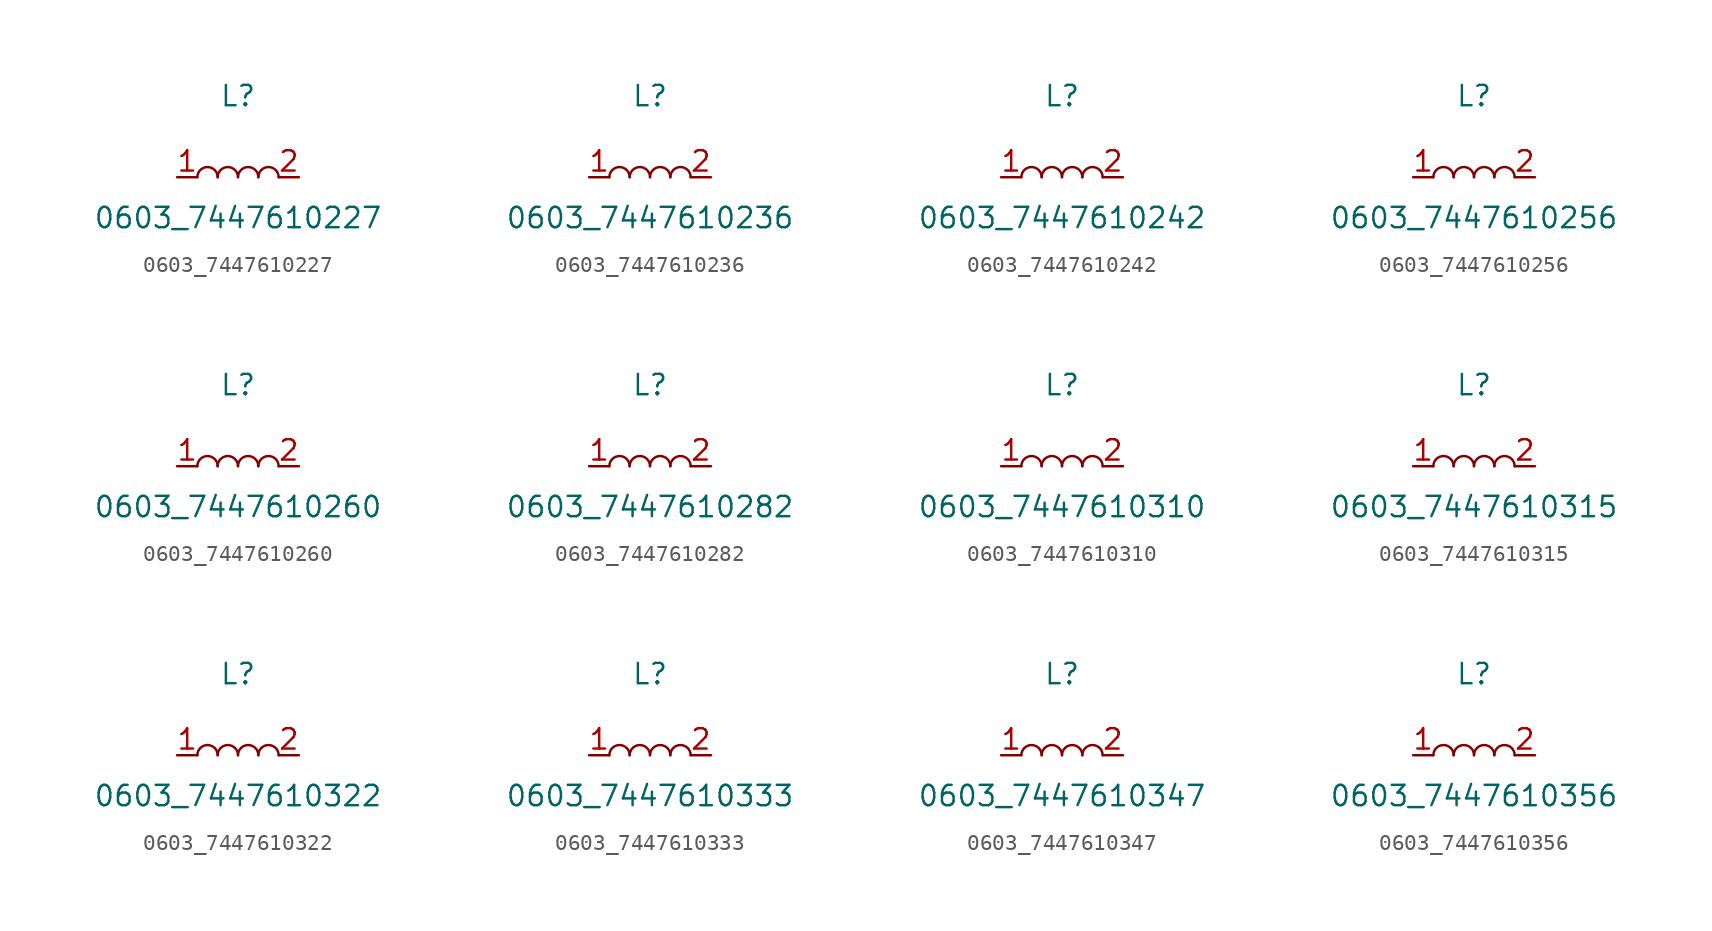
<source format=kicad_sym>
(kicad_symbol_lib
  (version 20220914)
  (generator kicad_symbol_editor)
  (symbol "0603_7447610227"
    (pin_names hide)
    (property "Reference" "L"
      (at 0 5.08 0)
      (effects (font (size 1.27 1.27))))
    (property "Value" "0603_7447610227"
      (at 0 -2.54 0)
      (effects (font (size 1.27 1.27))))
    (symbol "0603_7447610227_0_1"
      (arc (start -1.27 0) (mid -1.905 0.6323) (end -2.54 0) (stroke (width 0) (type default)) (fill (type none)))
      (arc (start 0 0) (mid -0.635 0.6323) (end -1.27 0) (stroke (width 0) (type default)) (fill (type none)))
      (arc (start 1.27 0) (mid 0.635 0.6323) (end 0 0) (stroke (width 0) (type default)) (fill (type none)))
      (arc (start 2.54 0) (mid 1.905 0.6323) (end 1.27 0) (stroke (width 0) (type default)) (fill (type none))))
    (symbol "0603_7447610227_1_1"
      (pin passive line (at -3.81 0 0) (length 1.27) (name "1" (effects (font (size 1.27 1.27)))) (number "1" (effects (font (size 1.27 1.27)))))
      (pin passive line (at 3.81 0 180) (length 1.27) (name "2" (effects (font (size 1.27 1.27)))) (number "2" (effects (font (size 1.27 1.27)))))))
  (symbol "0603_7447610236"
    (pin_names hide)
    (property "Reference" "L"
      (at 0 5.08 0)
      (effects (font (size 1.27 1.27))))
    (property "Value" "0603_7447610236"
      (at 0 -2.54 0)
      (effects (font (size 1.27 1.27))))
    (symbol "0603_7447610236_0_1"
      (arc (start -1.27 0) (mid -1.905 0.6323) (end -2.54 0) (stroke (width 0) (type default)) (fill (type none)))
      (arc (start 0 0) (mid -0.635 0.6323) (end -1.27 0) (stroke (width 0) (type default)) (fill (type none)))
      (arc (start 1.27 0) (mid 0.635 0.6323) (end 0 0) (stroke (width 0) (type default)) (fill (type none)))
      (arc (start 2.54 0) (mid 1.905 0.6323) (end 1.27 0) (stroke (width 0) (type default)) (fill (type none))))
    (symbol "0603_7447610236_1_1"
      (pin passive line (at -3.81 0 0) (length 1.27) (name "1" (effects (font (size 1.27 1.27)))) (number "1" (effects (font (size 1.27 1.27)))))
      (pin passive line (at 3.81 0 180) (length 1.27) (name "2" (effects (font (size 1.27 1.27)))) (number "2" (effects (font (size 1.27 1.27)))))))
  (symbol "0603_7447610242"
    (pin_names hide)
    (property "Reference" "L"
      (at 0 5.08 0)
      (effects (font (size 1.27 1.27))))
    (property "Value" "0603_7447610242"
      (at 0 -2.54 0)
      (effects (font (size 1.27 1.27))))
    (symbol "0603_7447610242_0_1"
      (arc (start -1.27 0) (mid -1.905 0.6323) (end -2.54 0) (stroke (width 0) (type default)) (fill (type none)))
      (arc (start 0 0) (mid -0.635 0.6323) (end -1.27 0) (stroke (width 0) (type default)) (fill (type none)))
      (arc (start 1.27 0) (mid 0.635 0.6323) (end 0 0) (stroke (width 0) (type default)) (fill (type none)))
      (arc (start 2.54 0) (mid 1.905 0.6323) (end 1.27 0) (stroke (width 0) (type default)) (fill (type none))))
    (symbol "0603_7447610242_1_1"
      (pin passive line (at -3.81 0 0) (length 1.27) (name "1" (effects (font (size 1.27 1.27)))) (number "1" (effects (font (size 1.27 1.27)))))
      (pin passive line (at 3.81 0 180) (length 1.27) (name "2" (effects (font (size 1.27 1.27)))) (number "2" (effects (font (size 1.27 1.27)))))))
  (symbol "0603_7447610256"
    (pin_names hide)
    (property "Reference" "L"
      (at 0 5.08 0)
      (effects (font (size 1.27 1.27))))
    (property "Value" "0603_7447610256"
      (at 0 -2.54 0)
      (effects (font (size 1.27 1.27))))
    (symbol "0603_7447610256_0_1"
      (arc (start -1.27 0) (mid -1.905 0.6323) (end -2.54 0) (stroke (width 0) (type default)) (fill (type none)))
      (arc (start 0 0) (mid -0.635 0.6323) (end -1.27 0) (stroke (width 0) (type default)) (fill (type none)))
      (arc (start 1.27 0) (mid 0.635 0.6323) (end 0 0) (stroke (width 0) (type default)) (fill (type none)))
      (arc (start 2.54 0) (mid 1.905 0.6323) (end 1.27 0) (stroke (width 0) (type default)) (fill (type none))))
    (symbol "0603_7447610256_1_1"
      (pin passive line (at -3.81 0 0) (length 1.27) (name "1" (effects (font (size 1.27 1.27)))) (number "1" (effects (font (size 1.27 1.27)))))
      (pin passive line (at 3.81 0 180) (length 1.27) (name "2" (effects (font (size 1.27 1.27)))) (number "2" (effects (font (size 1.27 1.27)))))))
  (symbol "0603_7447610260"
    (pin_names hide)
    (property "Reference" "L"
      (at 0 5.08 0)
      (effects (font (size 1.27 1.27))))
    (property "Value" "0603_7447610260"
      (at 0 -2.54 0)
      (effects (font (size 1.27 1.27))))
    (symbol "0603_7447610260_0_1"
      (arc (start -1.27 0) (mid -1.905 0.6323) (end -2.54 0) (stroke (width 0) (type default)) (fill (type none)))
      (arc (start 0 0) (mid -0.635 0.6323) (end -1.27 0) (stroke (width 0) (type default)) (fill (type none)))
      (arc (start 1.27 0) (mid 0.635 0.6323) (end 0 0) (stroke (width 0) (type default)) (fill (type none)))
      (arc (start 2.54 0) (mid 1.905 0.6323) (end 1.27 0) (stroke (width 0) (type default)) (fill (type none))))
    (symbol "0603_7447610260_1_1"
      (pin passive line (at -3.81 0 0) (length 1.27) (name "1" (effects (font (size 1.27 1.27)))) (number "1" (effects (font (size 1.27 1.27)))))
      (pin passive line (at 3.81 0 180) (length 1.27) (name "2" (effects (font (size 1.27 1.27)))) (number "2" (effects (font (size 1.27 1.27)))))))
  (symbol "0603_7447610282"
    (pin_names hide)
    (property "Reference" "L"
      (at 0 5.08 0)
      (effects (font (size 1.27 1.27))))
    (property "Value" "0603_7447610282"
      (at 0 -2.54 0)
      (effects (font (size 1.27 1.27))))
    (symbol "0603_7447610282_0_1"
      (arc (start -1.27 0) (mid -1.905 0.6323) (end -2.54 0) (stroke (width 0) (type default)) (fill (type none)))
      (arc (start 0 0) (mid -0.635 0.6323) (end -1.27 0) (stroke (width 0) (type default)) (fill (type none)))
      (arc (start 1.27 0) (mid 0.635 0.6323) (end 0 0) (stroke (width 0) (type default)) (fill (type none)))
      (arc (start 2.54 0) (mid 1.905 0.6323) (end 1.27 0) (stroke (width 0) (type default)) (fill (type none))))
    (symbol "0603_7447610282_1_1"
      (pin passive line (at -3.81 0 0) (length 1.27) (name "1" (effects (font (size 1.27 1.27)))) (number "1" (effects (font (size 1.27 1.27)))))
      (pin passive line (at 3.81 0 180) (length 1.27) (name "2" (effects (font (size 1.27 1.27)))) (number "2" (effects (font (size 1.27 1.27)))))))
  (symbol "0603_7447610310"
    (pin_names hide)
    (property "Reference" "L"
      (at 0 5.08 0)
      (effects (font (size 1.27 1.27))))
    (property "Value" "0603_7447610310"
      (at 0 -2.54 0)
      (effects (font (size 1.27 1.27))))
    (symbol "0603_7447610310_0_1"
      (arc (start -1.27 0) (mid -1.905 0.6323) (end -2.54 0) (stroke (width 0) (type default)) (fill (type none)))
      (arc (start 0 0) (mid -0.635 0.6323) (end -1.27 0) (stroke (width 0) (type default)) (fill (type none)))
      (arc (start 1.27 0) (mid 0.635 0.6323) (end 0 0) (stroke (width 0) (type default)) (fill (type none)))
      (arc (start 2.54 0) (mid 1.905 0.6323) (end 1.27 0) (stroke (width 0) (type default)) (fill (type none))))
    (symbol "0603_7447610310_1_1"
      (pin passive line (at -3.81 0 0) (length 1.27) (name "1" (effects (font (size 1.27 1.27)))) (number "1" (effects (font (size 1.27 1.27)))))
      (pin passive line (at 3.81 0 180) (length 1.27) (name "2" (effects (font (size 1.27 1.27)))) (number "2" (effects (font (size 1.27 1.27)))))))
  (symbol "0603_7447610315"
    (pin_names hide)
    (property "Reference" "L"
      (at 0 5.08 0)
      (effects (font (size 1.27 1.27))))
    (property "Value" "0603_7447610315"
      (at 0 -2.54 0)
      (effects (font (size 1.27 1.27))))
    (symbol "0603_7447610315_0_1"
      (arc (start -1.27 0) (mid -1.905 0.6323) (end -2.54 0) (stroke (width 0) (type default)) (fill (type none)))
      (arc (start 0 0) (mid -0.635 0.6323) (end -1.27 0) (stroke (width 0) (type default)) (fill (type none)))
      (arc (start 1.27 0) (mid 0.635 0.6323) (end 0 0) (stroke (width 0) (type default)) (fill (type none)))
      (arc (start 2.54 0) (mid 1.905 0.6323) (end 1.27 0) (stroke (width 0) (type default)) (fill (type none))))
    (symbol "0603_7447610315_1_1"
      (pin passive line (at -3.81 0 0) (length 1.27) (name "1" (effects (font (size 1.27 1.27)))) (number "1" (effects (font (size 1.27 1.27)))))
      (pin passive line (at 3.81 0 180) (length 1.27) (name "2" (effects (font (size 1.27 1.27)))) (number "2" (effects (font (size 1.27 1.27)))))))
  (symbol "0603_7447610322"
    (pin_names hide)
    (property "Reference" "L"
      (at 0 5.08 0)
      (effects (font (size 1.27 1.27))))
    (property "Value" "0603_7447610322"
      (at 0 -2.54 0)
      (effects (font (size 1.27 1.27))))
    (symbol "0603_7447610322_0_1"
      (arc (start -1.27 0) (mid -1.905 0.6323) (end -2.54 0) (stroke (width 0) (type default)) (fill (type none)))
      (arc (start 0 0) (mid -0.635 0.6323) (end -1.27 0) (stroke (width 0) (type default)) (fill (type none)))
      (arc (start 1.27 0) (mid 0.635 0.6323) (end 0 0) (stroke (width 0) (type default)) (fill (type none)))
      (arc (start 2.54 0) (mid 1.905 0.6323) (end 1.27 0) (stroke (width 0) (type default)) (fill (type none))))
    (symbol "0603_7447610322_1_1"
      (pin passive line (at -3.81 0 0) (length 1.27) (name "1" (effects (font (size 1.27 1.27)))) (number "1" (effects (font (size 1.27 1.27)))))
      (pin passive line (at 3.81 0 180) (length 1.27) (name "2" (effects (font (size 1.27 1.27)))) (number "2" (effects (font (size 1.27 1.27)))))))
  (symbol "0603_7447610333"
    (pin_names hide)
    (property "Reference" "L"
      (at 0 5.08 0)
      (effects (font (size 1.27 1.27))))
    (property "Value" "0603_7447610333"
      (at 0 -2.54 0)
      (effects (font (size 1.27 1.27))))
    (symbol "0603_7447610333_0_1"
      (arc (start -1.27 0) (mid -1.905 0.6323) (end -2.54 0) (stroke (width 0) (type default)) (fill (type none)))
      (arc (start 0 0) (mid -0.635 0.6323) (end -1.27 0) (stroke (width 0) (type default)) (fill (type none)))
      (arc (start 1.27 0) (mid 0.635 0.6323) (end 0 0) (stroke (width 0) (type default)) (fill (type none)))
      (arc (start 2.54 0) (mid 1.905 0.6323) (end 1.27 0) (stroke (width 0) (type default)) (fill (type none))))
    (symbol "0603_7447610333_1_1"
      (pin passive line (at -3.81 0 0) (length 1.27) (name "1" (effects (font (size 1.27 1.27)))) (number "1" (effects (font (size 1.27 1.27)))))
      (pin passive line (at 3.81 0 180) (length 1.27) (name "2" (effects (font (size 1.27 1.27)))) (number "2" (effects (font (size 1.27 1.27)))))))
  (symbol "0603_7447610347"
    (pin_names hide)
    (property "Reference" "L"
      (at 0 5.08 0)
      (effects (font (size 1.27 1.27))))
    (property "Value" "0603_7447610347"
      (at 0 -2.54 0)
      (effects (font (size 1.27 1.27))))
    (symbol "0603_7447610347_0_1"
      (arc (start -1.27 0) (mid -1.905 0.6323) (end -2.54 0) (stroke (width 0) (type default)) (fill (type none)))
      (arc (start 0 0) (mid -0.635 0.6323) (end -1.27 0) (stroke (width 0) (type default)) (fill (type none)))
      (arc (start 1.27 0) (mid 0.635 0.6323) (end 0 0) (stroke (width 0) (type default)) (fill (type none)))
      (arc (start 2.54 0) (mid 1.905 0.6323) (end 1.27 0) (stroke (width 0) (type default)) (fill (type none))))
    (symbol "0603_7447610347_1_1"
      (pin passive line (at -3.81 0 0) (length 1.27) (name "1" (effects (font (size 1.27 1.27)))) (number "1" (effects (font (size 1.27 1.27)))))
      (pin passive line (at 3.81 0 180) (length 1.27) (name "2" (effects (font (size 1.27 1.27)))) (number "2" (effects (font (size 1.27 1.27)))))))
  (symbol "0603_7447610356"
    (pin_names hide)
    (property "Reference" "L"
      (at 0 5.08 0)
      (effects (font (size 1.27 1.27))))
    (property "Value" "0603_7447610356"
      (at 0 -2.54 0)
      (effects (font (size 1.27 1.27))))
    (symbol "0603_7447610356_0_1"
      (arc (start -1.27 0) (mid -1.905 0.6323) (end -2.54 0) (stroke (width 0) (type default)) (fill (type none)))
      (arc (start 0 0) (mid -0.635 0.6323) (end -1.27 0) (stroke (width 0) (type default)) (fill (type none)))
      (arc (start 1.27 0) (mid 0.635 0.6323) (end 0 0) (stroke (width 0) (type default)) (fill (type none)))
      (arc (start 2.54 0) (mid 1.905 0.6323) (end 1.27 0) (stroke (width 0) (type default)) (fill (type none))))
    (symbol "0603_7447610356_1_1"
      (pin passive line (at -3.81 0 0) (length 1.27) (name "1" (effects (font (size 1.27 1.27)))) (number "1" (effects (font (size 1.27 1.27)))))
      (pin passive line (at 3.81 0 180) (length 1.27) (name "2" (effects (font (size 1.27 1.27)))) (number "2" (effects (font (size 1.27 1.27))))))))
</source>
